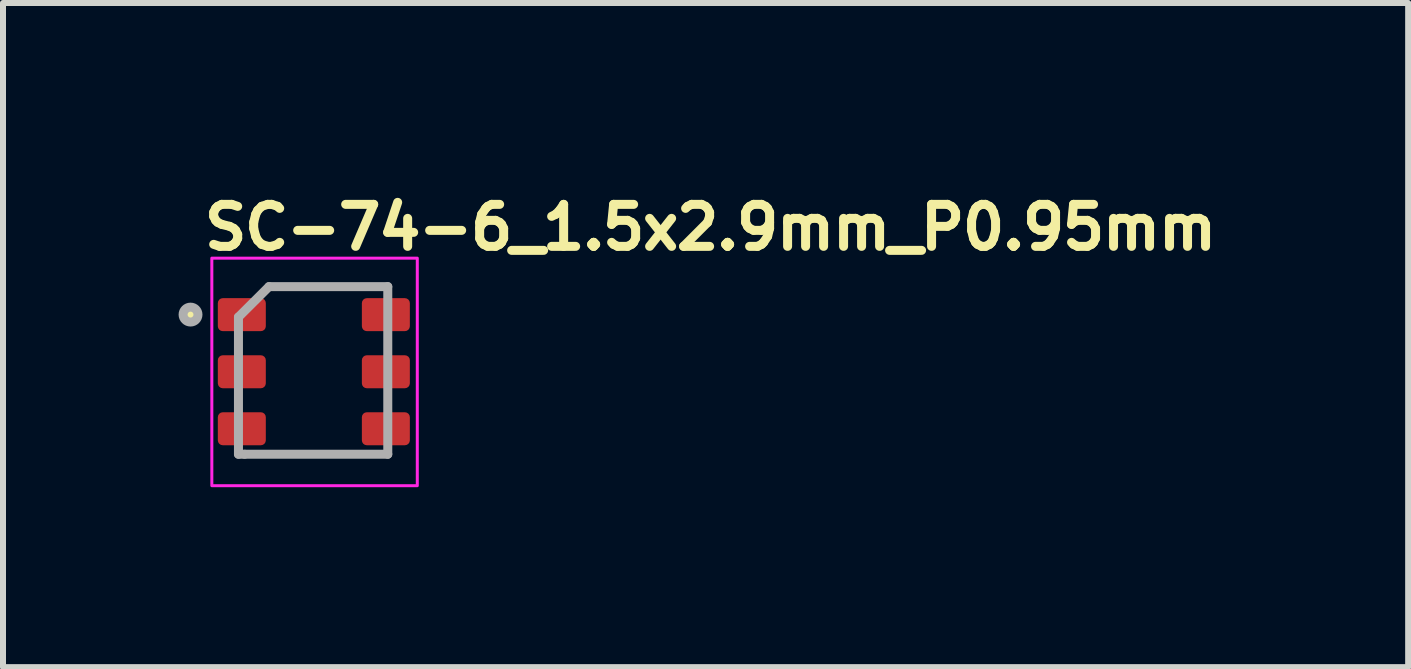
<source format=kicad_pcb>
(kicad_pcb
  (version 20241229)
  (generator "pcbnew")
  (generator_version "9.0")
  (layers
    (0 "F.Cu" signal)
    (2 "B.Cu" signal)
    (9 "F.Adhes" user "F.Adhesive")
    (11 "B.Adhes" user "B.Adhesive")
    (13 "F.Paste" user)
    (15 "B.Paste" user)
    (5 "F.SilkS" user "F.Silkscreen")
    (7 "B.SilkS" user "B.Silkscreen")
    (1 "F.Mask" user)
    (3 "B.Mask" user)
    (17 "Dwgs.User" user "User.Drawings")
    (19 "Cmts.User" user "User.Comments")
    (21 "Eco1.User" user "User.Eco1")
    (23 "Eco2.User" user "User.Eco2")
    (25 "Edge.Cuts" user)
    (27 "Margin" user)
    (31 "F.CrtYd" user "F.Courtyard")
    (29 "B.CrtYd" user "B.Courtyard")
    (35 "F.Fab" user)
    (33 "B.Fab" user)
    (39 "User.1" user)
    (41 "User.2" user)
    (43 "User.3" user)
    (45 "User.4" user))
  (footprint "SC-74-6_1.5x2.9mm_P0.95mm"
    (layer "F.Cu")
    (at 2.195 3.15)
    (property "Reference" "SC-74-6_1.5x2.9mm_P0.95mm" (at -1.915 -2 0) (layer "F.SilkS") (effects (font (size 0.7 0.7) (thickness 0.15)) (justify left bottom)))
    (attr smd)
    (fp_circle (center -2.07 -0.956) (end -2.02 -0.956) (stroke (width 0.15) (type solid)) (fill yes) (layer "F.SilkS"))
    (fp_circle (center -2.069 -0.956) (end -2.02 -0.956) (stroke (width 0.15) (type solid)) (fill yes) (layer "F.SilkS"))
    (fp_rect (start -1.714 -1.897) (end 1.711 1.896) (stroke (width 0.05) (type solid)) (fill no) (layer "F.CrtYd"))
    (fp_line (start -1.27 -0.915) (end -1.27 1.372) (stroke (width 0.15) (type solid)) (layer "F.Fab"))
    (fp_line (start -1.27 1.372) (end -1.168 1.372) (stroke (width 0.15) (type solid)) (layer "F.Fab"))
    (fp_line (start -1.168 1.372) (end 1.219 1.372) (stroke (width 0.15) (type solid)) (layer "F.Fab"))
    (fp_line (start -0.761 -1.422) (end -1.27 -0.915) (stroke (width 0.15) (type solid)) (layer "F.Fab"))
    (fp_line (start 1.219 -1.422) (end -0.761 -1.422) (stroke (width 0.15) (type solid)) (layer "F.Fab"))
    (fp_line (start 1.219 1.372) (end 1.219 -1.422) (stroke (width 0.15) (type solid)) (layer "F.Fab"))
    (fp_circle (center -2.069 -0.956) (end -2.02 -0.956) (stroke (width 0.15) (type solid)) (fill no) (layer "F.Fab"))
    (fp_rect (start -1.214 -1.397) (end 1.211 1.396) (stroke (width 0.1) (type solid)) (fill no) (layer "User.5"))
    (fp_rect (start -1.214 -1.397) (end 1.211 1.396) (stroke (width 0.1) (type solid)) (fill no) (layer "User.5"))
    (fp_rect (start -1.214 -1.397) (end 1.211 1.396) (stroke (width 0.1) (type solid)) (fill no) (layer "User.5"))
    (fp_line (start -1.214 -0.724) (end -1.214 -1.182) (stroke (width 0.02) (type solid)) (layer "User.9"))
    (fp_line (start -1.214 0.228) (end -1.214 -0.232) (stroke (width 0.02) (type solid)) (layer "User.9"))
    (fp_line (start -1.214 1.181) (end -1.214 0.72) (stroke (width 0.02) (type solid)) (layer "User.9"))
    (fp_line (start -1.01 -1.182) (end -1.214 -1.182) (stroke (width 0.02) (type solid)) (layer "User.9"))
    (fp_line (start -1.01 -0.724) (end -1.214 -0.724) (stroke (width 0.02) (type solid)) (layer "User.9"))
    (fp_line (start -1.01 -0.232) (end -1.214 -0.232) (stroke (width 0.02) (type solid)) (layer "User.9"))
    (fp_line (start -1.01 0.228) (end -1.214 0.228) (stroke (width 0.02) (type solid)) (layer "User.9"))
    (fp_line (start -1.01 0.72) (end -1.214 0.72) (stroke (width 0.02) (type solid)) (layer "User.9"))
    (fp_line (start -1.01 1.181) (end -1.214 1.181) (stroke (width 0.02) (type solid)) (layer "User.9"))
    (fp_line (start -0.935 -1.182) (end -1.01 -1.182) (stroke (width 0.02) (type solid)) (layer "User.9"))
    (fp_line (start -0.935 -0.724) (end -1.01 -0.724) (stroke (width 0.02) (type solid)) (layer "User.9"))
    (fp_line (start -0.935 -0.724) (end -0.935 -1.182) (stroke (width 0.02) (type solid)) (layer "User.9"))
    (fp_line (start -0.935 -0.232) (end -1.01 -0.232) (stroke (width 0.02) (type solid)) (layer "User.9"))
    (fp_line (start -0.935 0.228) (end -1.01 0.228) (stroke (width 0.02) (type solid)) (layer "User.9"))
    (fp_line (start -0.935 0.228) (end -0.935 -0.232) (stroke (width 0.02) (type solid)) (layer "User.9"))
    (fp_line (start -0.935 0.72) (end -1.01 0.72) (stroke (width 0.02) (type solid)) (layer "User.9"))
    (fp_line (start -0.935 1.181) (end -1.01 1.181) (stroke (width 0.02) (type solid)) (layer "User.9"))
    (fp_line (start -0.935 1.181) (end -0.935 0.72) (stroke (width 0.02) (type solid)) (layer "User.9"))
    (fp_line (start -0.656 -1.182) (end -0.935 -1.182) (stroke (width 0.02) (type solid)) (layer "User.9"))
    (fp_line (start -0.656 -0.724) (end -0.935 -0.724) (stroke (width 0.02) (type solid)) (layer "User.9"))
    (fp_line (start -0.656 -0.232) (end -0.935 -0.232) (stroke (width 0.02) (type solid)) (layer "User.9"))
    (fp_line (start -0.656 0.228) (end -0.935 0.228) (stroke (width 0.02) (type solid)) (layer "User.9"))
    (fp_line (start -0.656 0.72) (end -0.935 0.72) (stroke (width 0.02) (type solid)) (layer "User.9"))
    (fp_line (start -0.656 1.181) (end -0.935 1.181) (stroke (width 0.02) (type solid)) (layer "User.9"))
    (fp_line (start -0.643 -1.397) (end -0.458 -1.214) (stroke (width 0.02) (type solid)) (layer "User.9"))
    (fp_line (start -0.643 -1.397) (end 0.627 -1.397) (stroke (width 0.02) (type solid)) (layer "User.9"))
    (fp_line (start -0.643 -1.182) (end -0.643 -1.397) (stroke (width 0.02) (type solid)) (layer "User.9"))
    (fp_line (start -0.643 -0.232) (end -0.643 -0.724) (stroke (width 0.02) (type solid)) (layer "User.9"))
    (fp_line (start -0.643 0.72) (end -0.643 0.228) (stroke (width 0.02) (type solid)) (layer "User.9"))
    (fp_line (start -0.643 1.396) (end -0.643 1.181) (stroke (width 0.02) (type solid)) (layer "User.9"))
    (fp_line (start -0.643 1.396) (end -0.458 1.211) (stroke (width 0.02) (type solid)) (layer "User.9"))
    (fp_line (start -0.631 -1.182) (end -0.656 -1.182) (stroke (width 0.02) (type solid)) (layer "User.9"))
    (fp_line (start -0.631 -1.182) (end -0.631 -0.724) (stroke (width 0.02) (type solid)) (layer "User.9"))
    (fp_line (start -0.631 -0.724) (end -0.656 -0.724) (stroke (width 0.02) (type solid)) (layer "User.9"))
    (fp_line (start -0.631 -0.232) (end -0.656 -0.232) (stroke (width 0.02) (type solid)) (layer "User.9"))
    (fp_line (start -0.631 -0.232) (end -0.631 0.228) (stroke (width 0.02) (type solid)) (layer "User.9"))
    (fp_line (start -0.631 0.228) (end -0.656 0.228) (stroke (width 0.02) (type solid)) (layer "User.9"))
    (fp_line (start -0.631 0.72) (end -0.656 0.72) (stroke (width 0.02) (type solid)) (layer "User.9"))
    (fp_line (start -0.631 0.72) (end -0.631 1.181) (stroke (width 0.02) (type solid)) (layer "User.9"))
    (fp_line (start -0.631 1.181) (end -0.656 1.181) (stroke (width 0.02) (type solid)) (layer "User.9"))
    (fp_line (start -0.458 -1.214) (end -0.458 1.211) (stroke (width 0.02) (type solid)) (layer "User.9"))
    (fp_line (start -0.458 1.211) (end 0.442 1.211) (stroke (width 0.02) (type solid)) (layer "User.9"))
    (fp_line (start 0.442 -1.214) (end -0.458 -1.214) (stroke (width 0.02) (type solid)) (layer "User.9"))
    (fp_line (start 0.442 -1.214) (end 0.627 -1.397) (stroke (width 0.02) (type solid)) (layer "User.9"))
    (fp_line (start 0.442 1.211) (end 0.442 -1.214) (stroke (width 0.02) (type solid)) (layer "User.9"))
    (fp_line (start 0.442 1.211) (end 0.627 1.396) (stroke (width 0.02) (type solid)) (layer "User.9"))
    (fp_line (start 0.618 -1.182) (end 0.656 -1.182) (stroke (width 0.02) (type solid)) (layer "User.9"))
    (fp_line (start 0.618 -0.724) (end 0.618 -1.182) (stroke (width 0.02) (type solid)) (layer "User.9"))
    (fp_line (start 0.618 -0.724) (end 0.656 -0.724) (stroke (width 0.02) (type solid)) (layer "User.9"))
    (fp_line (start 0.618 -0.232) (end 0.656 -0.232) (stroke (width 0.02) (type solid)) (layer "User.9"))
    (fp_line (start 0.618 0.228) (end 0.618 -0.232) (stroke (width 0.02) (type solid)) (layer "User.9"))
    (fp_line (start 0.618 0.228) (end 0.656 0.228) (stroke (width 0.02) (type solid)) (layer "User.9"))
    (fp_line (start 0.618 0.72) (end 0.656 0.72) (stroke (width 0.02) (type solid)) (layer "User.9"))
    (fp_line (start 0.618 1.181) (end 0.618 0.72) (stroke (width 0.02) (type solid)) (layer "User.9"))
    (fp_line (start 0.618 1.181) (end 0.656 1.181) (stroke (width 0.02) (type solid)) (layer "User.9"))
    (fp_line (start 0.627 -1.397) (end 0.627 -1.182) (stroke (width 0.02) (type solid)) (layer "User.9"))
    (fp_line (start 0.627 -0.724) (end 0.627 -0.232) (stroke (width 0.02) (type solid)) (layer "User.9"))
    (fp_line (start 0.627 0.228) (end 0.627 0.72) (stroke (width 0.02) (type solid)) (layer "User.9"))
    (fp_line (start 0.627 1.181) (end 0.627 1.396) (stroke (width 0.02) (type solid)) (layer "User.9"))
    (fp_line (start 0.627 1.396) (end -0.643 1.396) (stroke (width 0.02) (type solid)) (layer "User.9"))
    (fp_line (start 0.656 -1.182) (end 0.935 -1.182) (stroke (width 0.02) (type solid)) (layer "User.9"))
    (fp_line (start 0.656 -0.724) (end 0.935 -0.724) (stroke (width 0.02) (type solid)) (layer "User.9"))
    (fp_line (start 0.656 -0.232) (end 0.935 -0.232) (stroke (width 0.02) (type solid)) (layer "User.9"))
    (fp_line (start 0.656 0.228) (end 0.935 0.228) (stroke (width 0.02) (type solid)) (layer "User.9"))
    (fp_line (start 0.656 0.72) (end 0.935 0.72) (stroke (width 0.02) (type solid)) (layer "User.9"))
    (fp_line (start 0.656 1.181) (end 0.935 1.181) (stroke (width 0.02) (type solid)) (layer "User.9"))
    (fp_line (start 0.935 -1.182) (end 0.935 -0.724) (stroke (width 0.02) (type solid)) (layer "User.9"))
    (fp_line (start 0.935 -1.182) (end 1.009 -1.182) (stroke (width 0.02) (type solid)) (layer "User.9"))
    (fp_line (start 0.935 -0.724) (end 1.009 -0.724) (stroke (width 0.02) (type solid)) (layer "User.9"))
    (fp_line (start 0.935 -0.232) (end 0.935 0.228) (stroke (width 0.02) (type solid)) (layer "User.9"))
    (fp_line (start 0.935 -0.232) (end 1.009 -0.232) (stroke (width 0.02) (type solid)) (layer "User.9"))
    (fp_line (start 0.935 0.228) (end 1.009 0.228) (stroke (width 0.02) (type solid)) (layer "User.9"))
    (fp_line (start 0.935 0.72) (end 0.935 1.181) (stroke (width 0.02) (type solid)) (layer "User.9"))
    (fp_line (start 0.935 0.72) (end 0.935 1.181) (stroke (width 0.02) (type solid)) (layer "User.9"))
    (fp_line (start 0.935 0.72) (end 1.009 0.72) (stroke (width 0.02) (type solid)) (layer "User.9"))
    (fp_line (start 0.935 1.181) (end 1.009 1.181) (stroke (width 0.02) (type solid)) (layer "User.9"))
    (fp_line (start 1.009 -1.182) (end 1.211 -1.182) (stroke (width 0.02) (type solid)) (layer "User.9"))
    (fp_line (start 1.009 -0.724) (end 1.211 -0.724) (stroke (width 0.02) (type solid)) (layer "User.9"))
    (fp_line (start 1.009 -0.232) (end 1.211 -0.232) (stroke (width 0.02) (type solid)) (layer "User.9"))
    (fp_line (start 1.009 0.228) (end 1.211 0.228) (stroke (width 0.02) (type solid)) (layer "User.9"))
    (fp_line (start 1.009 0.72) (end 1.211 0.72) (stroke (width 0.02) (type solid)) (layer "User.9"))
    (fp_line (start 1.009 1.181) (end 1.211 1.181) (stroke (width 0.02) (type solid)) (layer "User.9"))
    (fp_line (start 1.211 -1.182) (end 1.211 -0.724) (stroke (width 0.02) (type solid)) (layer "User.9"))
    (fp_line (start 1.211 -0.232) (end 1.211 0.228) (stroke (width 0.02) (type solid)) (layer "User.9"))
    (fp_line (start 1.211 0.72) (end 1.211 1.181) (stroke (width 0.02) (type solid)) (layer "User.9"))
    (pad "1" smd roundrect (at -1.214 -0.955) (size 0.8 0.55) (layers "F.Cu" "F.Mask" "F.Paste") (roundrect_rratio 0.15))
    (pad "2" smd roundrect (at -1.214 -0.003) (size 0.8 0.55) (layers "F.Cu" "F.Mask" "F.Paste") (roundrect_rratio 0.15))
    (pad "3" smd roundrect (at -1.214 0.947) (size 0.8 0.55) (layers "F.Cu" "F.Mask" "F.Paste") (roundrect_rratio 0.15))
    (pad "4" smd roundrect (at 1.187 0.947) (size 0.8 0.55) (layers "F.Cu" "F.Mask" "F.Paste") (roundrect_rratio 0.15))
    (pad "5" smd roundrect (at 1.187 -0.003) (size 0.8 0.55) (layers "F.Cu" "F.Mask" "F.Paste") (roundrect_rratio 0.15))
    (pad "6" smd roundrect (at 1.187 -0.955) (size 0.8 0.55) (layers "F.Cu" "F.Mask" "F.Paste") (roundrect_rratio 0.15)))
  (gr_rect
    (start -3 -3)
    (end 20.423 8.071)
    (stroke (width 0.1) (type default))
    (fill no)
    (layer "Edge.Cuts")))
</source>
